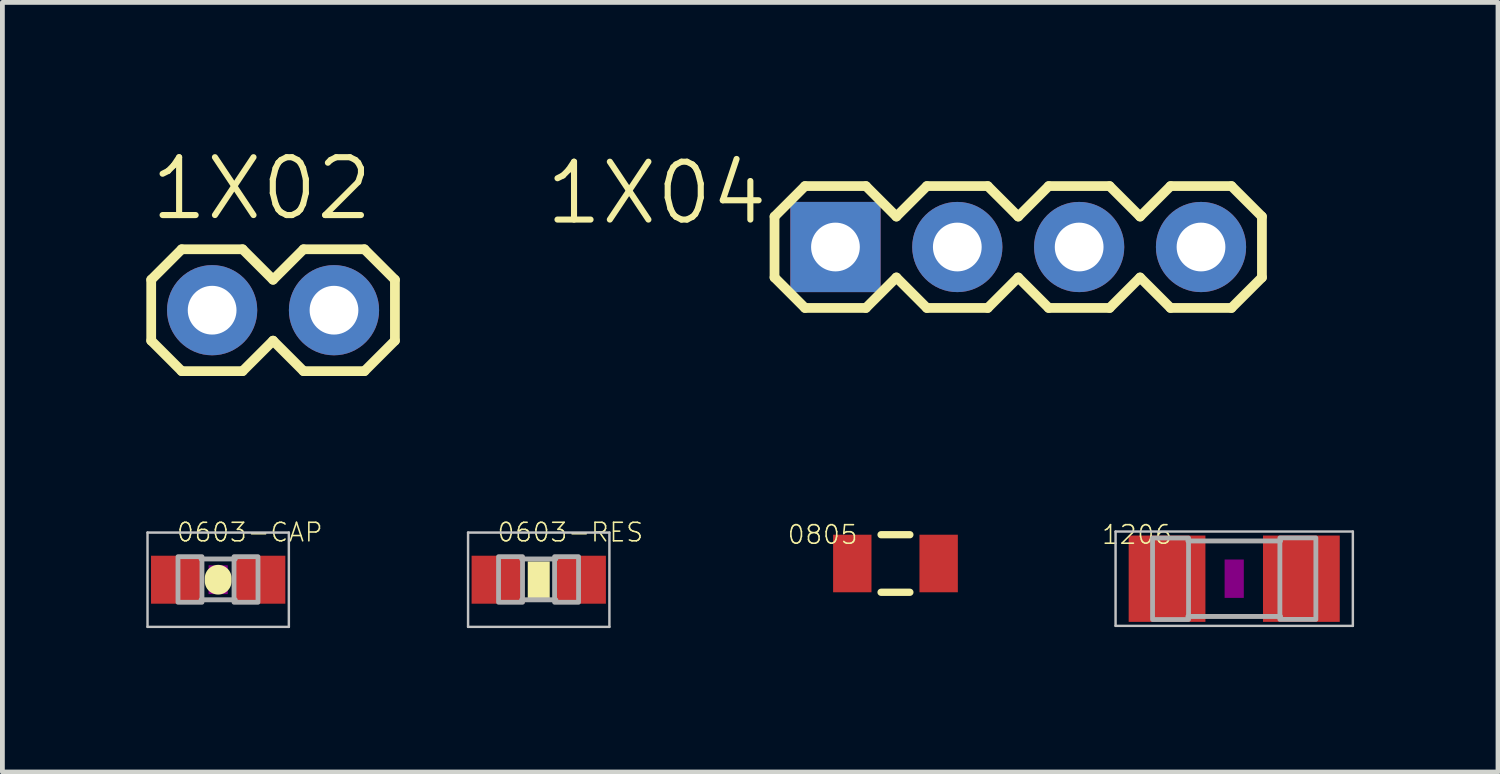
<source format=kicad_pcb>
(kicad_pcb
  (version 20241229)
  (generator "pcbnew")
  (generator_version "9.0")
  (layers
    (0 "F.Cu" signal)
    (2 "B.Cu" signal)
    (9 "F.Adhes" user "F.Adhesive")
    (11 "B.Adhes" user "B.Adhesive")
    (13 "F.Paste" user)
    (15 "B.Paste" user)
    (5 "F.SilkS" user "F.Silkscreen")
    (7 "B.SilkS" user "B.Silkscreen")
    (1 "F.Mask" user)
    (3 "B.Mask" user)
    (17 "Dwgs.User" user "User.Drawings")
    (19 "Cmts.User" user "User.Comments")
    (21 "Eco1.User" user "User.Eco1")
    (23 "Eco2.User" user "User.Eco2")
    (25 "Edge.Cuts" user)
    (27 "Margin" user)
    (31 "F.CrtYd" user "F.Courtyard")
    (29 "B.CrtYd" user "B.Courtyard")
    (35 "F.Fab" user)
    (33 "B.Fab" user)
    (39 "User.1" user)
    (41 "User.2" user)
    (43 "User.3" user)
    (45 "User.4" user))
  (footprint "1206"
    (layer "F.Cu")
    (at 22.677 9.013)
    (property "Reference" "1206" (at -1.27 -1.143 0) (layer "F.SilkS") (effects (font (size 0.386 0.386) (thickness 0.033)) (justify right top)))
    (attr through_hole)
    (fp_poly (pts (xy -0.2 0.4) (xy 0.2 0.4) (xy 0.2 -0.4) (xy -0.2 -0.4)) (stroke (width 0) (type solid)) (fill yes) (layer "F.Adhes"))
    (fp_line (start -2.473 -0.983) (end 2.473 -0.983) (stroke (width 0.051) (type solid)) (layer "Dwgs.User"))
    (fp_line (start -2.473 0.983) (end -2.473 -0.983) (stroke (width 0.051) (type solid)) (layer "Dwgs.User"))
    (fp_line (start 2.473 -0.983) (end 2.473 0.983) (stroke (width 0.051) (type solid)) (layer "Dwgs.User"))
    (fp_line (start 2.473 0.983) (end -2.473 0.983) (stroke (width 0.051) (type solid)) (layer "Dwgs.User"))
    (fp_line (start -0.965 -0.787) (end 0.965 -0.787) (stroke (width 0.102) (type solid)) (layer "F.Fab"))
    (fp_line (start -0.965 0.787) (end 0.965 0.787) (stroke (width 0.102) (type solid)) (layer "F.Fab"))
    (fp_poly (pts (xy -1.702 0.851) (xy -0.952 0.851) (xy -0.952 -0.849) (xy -1.702 -0.849)) (stroke (width 0.1) (type solid)) (fill no) (layer "F.Fab"))
    (fp_poly (pts (xy 0.952 0.849) (xy 1.702 0.849) (xy 1.702 -0.851) (xy 0.952 -0.851)) (stroke (width 0.1) (type solid)) (fill no) (layer "F.Fab"))
    (pad "1" smd rect (at -1.4 0) (size 1.6 1.8) (layers "F.Cu" "F.Mask" "F.Paste"))
    (pad "2" smd rect (at 1.4 0) (size 1.6 1.8) (layers "F.Cu" "F.Mask" "F.Paste")))
  (footprint "1X02"
    (layer "F.Cu")
    (at 1.372 3.416)
    (property "Reference" "1X02" (at -1.346 -1.829 0) (layer "F.SilkS") (effects (font (size 1.206 1.206) (thickness 0.127)) (justify left bottom)))
    (attr through_hole)
    (fp_line (start -1.27 -0.635) (end -1.27 0.635) (stroke (width 0.203) (type solid)) (layer "F.SilkS"))
    (fp_line (start -1.27 0.635) (end -0.635 1.27) (stroke (width 0.203) (type solid)) (layer "F.SilkS"))
    (fp_line (start -0.635 -1.27) (end -1.27 -0.635) (stroke (width 0.203) (type solid)) (layer "F.SilkS"))
    (fp_line (start -0.635 -1.27) (end 0.635 -1.27) (stroke (width 0.203) (type solid)) (layer "F.SilkS"))
    (fp_line (start 0.635 -1.27) (end 1.27 -0.635) (stroke (width 0.203) (type solid)) (layer "F.SilkS"))
    (fp_line (start 0.635 1.27) (end -0.635 1.27) (stroke (width 0.203) (type solid)) (layer "F.SilkS"))
    (fp_line (start 1.27 -0.635) (end 1.905 -1.27) (stroke (width 0.203) (type solid)) (layer "F.SilkS"))
    (fp_line (start 1.27 0.635) (end 0.635 1.27) (stroke (width 0.203) (type solid)) (layer "F.SilkS"))
    (fp_line (start 1.905 -1.27) (end 3.175 -1.27) (stroke (width 0.203) (type solid)) (layer "F.SilkS"))
    (fp_line (start 1.905 1.27) (end 1.27 0.635) (stroke (width 0.203) (type solid)) (layer "F.SilkS"))
    (fp_line (start 3.175 -1.27) (end 3.81 -0.635) (stroke (width 0.203) (type solid)) (layer "F.SilkS"))
    (fp_line (start 3.175 1.27) (end 1.905 1.27) (stroke (width 0.203) (type solid)) (layer "F.SilkS"))
    (fp_line (start 3.81 -0.635) (end 3.81 0.635) (stroke (width 0.203) (type solid)) (layer "F.SilkS"))
    (fp_line (start 3.81 0.635) (end 3.175 1.27) (stroke (width 0.203) (type solid)) (layer "F.SilkS"))
    (fp_poly (pts (xy -0.254 0.254) (xy 0.254 0.254) (xy 0.254 -0.254) (xy -0.254 -0.254)) (stroke (width 0.1) (type solid)) (fill no) (layer "F.Fab"))
    (fp_poly (pts (xy 2.286 0.254) (xy 2.794 0.254) (xy 2.794 -0.254) (xy 2.286 -0.254)) (stroke (width 0.1) (type solid)) (fill no) (layer "F.Fab"))
    (pad "1" thru_hole circle (at 0 0 90) (size 1.88 1.88) (drill 1.016) (layers "*.Cu" "*.Mask"))
    (pad "2" thru_hole circle (at 2.54 0 90) (size 1.88 1.88) (drill 1.016) (layers "*.Cu" "*.Mask")))
  (footprint "1X04"
    (layer "F.Cu")
    (at 14.365 2.099)
    (property "Reference" "1X04" (at -1.346 -1.829 0) (layer "F.SilkS") (effects (font (size 1.206 1.206) (thickness 0.127)) (justify right top)))
    (attr through_hole)
    (fp_line (start -1.27 -0.635) (end -1.27 0.635) (stroke (width 0.203) (type solid)) (layer "F.SilkS"))
    (fp_line (start -1.27 0.635) (end -0.635 1.27) (stroke (width 0.203) (type solid)) (layer "F.SilkS"))
    (fp_line (start -0.635 -1.27) (end -1.27 -0.635) (stroke (width 0.203) (type solid)) (layer "F.SilkS"))
    (fp_line (start -0.635 -1.27) (end 0.635 -1.27) (stroke (width 0.203) (type solid)) (layer "F.SilkS"))
    (fp_line (start 0.635 -1.27) (end 1.27 -0.635) (stroke (width 0.203) (type solid)) (layer "F.SilkS"))
    (fp_line (start 0.635 1.27) (end -0.635 1.27) (stroke (width 0.203) (type solid)) (layer "F.SilkS"))
    (fp_line (start 1.27 -0.635) (end 1.905 -1.27) (stroke (width 0.203) (type solid)) (layer "F.SilkS"))
    (fp_line (start 1.27 0.635) (end 0.635 1.27) (stroke (width 0.203) (type solid)) (layer "F.SilkS"))
    (fp_line (start 1.905 -1.27) (end 3.175 -1.27) (stroke (width 0.203) (type solid)) (layer "F.SilkS"))
    (fp_line (start 1.905 1.27) (end 1.27 0.635) (stroke (width 0.203) (type solid)) (layer "F.SilkS"))
    (fp_line (start 3.175 -1.27) (end 3.81 -0.635) (stroke (width 0.203) (type solid)) (layer "F.SilkS"))
    (fp_line (start 3.175 1.27) (end 1.905 1.27) (stroke (width 0.203) (type solid)) (layer "F.SilkS"))
    (fp_line (start 3.81 -0.635) (end 4.445 -1.27) (stroke (width 0.203) (type solid)) (layer "F.SilkS"))
    (fp_line (start 3.81 0.635) (end 3.175 1.27) (stroke (width 0.203) (type solid)) (layer "F.SilkS"))
    (fp_line (start 4.445 -1.27) (end 5.715 -1.27) (stroke (width 0.203) (type solid)) (layer "F.SilkS"))
    (fp_line (start 4.445 1.27) (end 3.81 0.635) (stroke (width 0.203) (type solid)) (layer "F.SilkS"))
    (fp_line (start 5.715 -1.27) (end 6.35 -0.635) (stroke (width 0.203) (type solid)) (layer "F.SilkS"))
    (fp_line (start 5.715 1.27) (end 4.445 1.27) (stroke (width 0.203) (type solid)) (layer "F.SilkS"))
    (fp_line (start 6.35 0.635) (end 5.715 1.27) (stroke (width 0.203) (type solid)) (layer "F.SilkS"))
    (fp_line (start 6.35 0.635) (end 6.985 1.27) (stroke (width 0.203) (type solid)) (layer "F.SilkS"))
    (fp_line (start 6.985 -1.27) (end 6.35 -0.635) (stroke (width 0.203) (type solid)) (layer "F.SilkS"))
    (fp_line (start 6.985 -1.27) (end 8.255 -1.27) (stroke (width 0.203) (type solid)) (layer "F.SilkS"))
    (fp_line (start 8.255 -1.27) (end 8.89 -0.635) (stroke (width 0.203) (type solid)) (layer "F.SilkS"))
    (fp_line (start 8.255 1.27) (end 6.985 1.27) (stroke (width 0.203) (type solid)) (layer "F.SilkS"))
    (fp_line (start 8.89 -0.635) (end 8.89 0.635) (stroke (width 0.203) (type solid)) (layer "F.SilkS"))
    (fp_line (start 8.89 0.635) (end 8.255 1.27) (stroke (width 0.203) (type solid)) (layer "F.SilkS"))
    (fp_poly (pts (xy -0.254 0.254) (xy 0.254 0.254) (xy 0.254 -0.254) (xy -0.254 -0.254)) (stroke (width 0.1) (type solid)) (fill no) (layer "F.Fab"))
    (fp_poly (pts (xy 2.286 0.254) (xy 2.794 0.254) (xy 2.794 -0.254) (xy 2.286 -0.254)) (stroke (width 0.1) (type solid)) (fill no) (layer "F.Fab"))
    (fp_poly (pts (xy 4.826 0.254) (xy 5.334 0.254) (xy 5.334 -0.254) (xy 4.826 -0.254)) (stroke (width 0.1) (type solid)) (fill no) (layer "F.Fab"))
    (fp_poly (pts (xy 7.366 0.254) (xy 7.874 0.254) (xy 7.874 -0.254) (xy 7.366 -0.254)) (stroke (width 0.1) (type solid)) (fill no) (layer "F.Fab"))
    (pad "1" thru_hole rect (at 0 0 90) (size 1.88 1.88) (drill 1.016) (layers "*.Cu" "*.Mask"))
    (pad "2" thru_hole circle (at 2.54 0 90) (size 1.88 1.88) (drill 1.016) (layers "*.Cu" "*.Mask"))
    (pad "3" thru_hole circle (at 5.08 0 90) (size 1.88 1.88) (drill 1.016) (layers "*.Cu" "*.Mask"))
    (pad "4" thru_hole circle (at 7.62 0 90) (size 1.88 1.88) (drill 1.016) (layers "*.Cu" "*.Mask")))
  (footprint "0603-RES"
    (layer "F.Cu")
    (at 8.18 9.034)
    (property "Reference" "0603-RES" (at -0.889 -0.762 0) (layer "F.SilkS") (effects (font (size 0.386 0.386) (thickness 0.033)) (justify left bottom)))
    (attr through_hole)
    (fp_poly (pts (xy -0.229 0.381) (xy 0.229 0.381) (xy 0.229 -0.381) (xy -0.229 -0.381)) (stroke (width 0) (type solid)) (fill yes) (layer "F.SilkS"))
    (fp_poly (pts (xy -0.2 0.3) (xy 0.2 0.3) (xy 0.2 -0.3) (xy -0.2 -0.3)) (stroke (width 0) (type solid)) (fill yes) (layer "F.Adhes"))
    (fp_line (start -1.473 -0.983) (end 1.473 -0.983) (stroke (width 0.051) (type solid)) (layer "Dwgs.User"))
    (fp_line (start -1.473 0.983) (end -1.473 -0.983) (stroke (width 0.051) (type solid)) (layer "Dwgs.User"))
    (fp_line (start 1.473 -0.983) (end 1.473 0.983) (stroke (width 0.051) (type solid)) (layer "Dwgs.User"))
    (fp_line (start 1.473 0.983) (end -1.473 0.983) (stroke (width 0.051) (type solid)) (layer "Dwgs.User"))
    (fp_line (start -0.356 -0.432) (end 0.356 -0.432) (stroke (width 0.102) (type solid)) (layer "F.Fab"))
    (fp_line (start -0.356 0.419) (end 0.356 0.419) (stroke (width 0.102) (type solid)) (layer "F.Fab"))
    (fp_poly (pts (xy -0.838 0.47) (xy -0.338 0.47) (xy -0.338 -0.48) (xy -0.838 -0.48)) (stroke (width 0.1) (type solid)) (fill no) (layer "F.Fab"))
    (fp_poly (pts (xy 0.33 0.47) (xy 0.83 0.47) (xy 0.83 -0.48) (xy 0.33 -0.48)) (stroke (width 0.1) (type solid)) (fill no) (layer "F.Fab"))
    (pad "1" smd rect (at -0.85 0) (size 1.1 1) (layers "F.Cu" "F.Mask" "F.Paste"))
    (pad "2" smd rect (at 0.85 0) (size 1.1 1) (layers "F.Cu" "F.Mask" "F.Paste")))
  (footprint "0805"
    (layer "F.Cu")
    (at 15.616 8.696)
    (property "Reference" "0805" (at -0.762 -0.826 0) (layer "F.SilkS") (effects (font (size 0.386 0.386) (thickness 0.033)) (justify right top)))
    (attr through_hole)
    (fp_line (start -0.3 -0.6) (end 0.3 -0.6) (stroke (width 0.152) (type solid)) (layer "F.SilkS"))
    (fp_line (start -0.3 0.6) (end 0.3 0.6) (stroke (width 0.152) (type solid)) (layer "F.SilkS"))
    (pad "1" smd rect (at -0.9 0) (size 0.8 1.2) (layers "F.Cu" "F.Mask" "F.Paste"))
    (pad "2" smd rect (at 0.9 0) (size 0.8 1.2) (layers "F.Cu" "F.Mask" "F.Paste")))
  (footprint "0603-CAP"
    (layer "F.Cu")
    (at 1.498 9.034)
    (property "Reference" "0603-CAP" (at -0.889 -0.762 0) (layer "F.SilkS") (effects (font (size 0.386 0.386) (thickness 0.033)) (justify left bottom)))
    (attr through_hole)
    (fp_line (start 0 -0.03) (end 0 0.03) (stroke (width 0.559) (type solid)) (layer "F.SilkS"))
    (fp_poly (pts (xy -0.2 0.3) (xy 0.2 0.3) (xy 0.2 -0.3) (xy -0.2 -0.3)) (stroke (width 0) (type solid)) (fill yes) (layer "F.Adhes"))
    (fp_line (start -1.473 -0.983) (end 1.473 -0.983) (stroke (width 0.051) (type solid)) (layer "Dwgs.User"))
    (fp_line (start -1.473 0.983) (end -1.473 -0.983) (stroke (width 0.051) (type solid)) (layer "Dwgs.User"))
    (fp_line (start 1.473 -0.983) (end 1.473 0.983) (stroke (width 0.051) (type solid)) (layer "Dwgs.User"))
    (fp_line (start 1.473 0.983) (end -1.473 0.983) (stroke (width 0.051) (type solid)) (layer "Dwgs.User"))
    (fp_line (start -0.356 -0.432) (end 0.356 -0.432) (stroke (width 0.102) (type solid)) (layer "F.Fab"))
    (fp_line (start -0.356 0.419) (end 0.356 0.419) (stroke (width 0.102) (type solid)) (layer "F.Fab"))
    (fp_poly (pts (xy -0.838 0.47) (xy -0.338 0.47) (xy -0.338 -0.48) (xy -0.838 -0.48)) (stroke (width 0.1) (type solid)) (fill no) (layer "F.Fab"))
    (fp_poly (pts (xy 0.33 0.47) (xy 0.83 0.47) (xy 0.83 -0.48) (xy 0.33 -0.48)) (stroke (width 0.1) (type solid)) (fill no) (layer "F.Fab"))
    (pad "1" smd rect (at -0.85 0) (size 1.1 1) (layers "F.Cu" "F.Mask" "F.Paste"))
    (pad "2" smd rect (at 0.85 0) (size 1.1 1) (layers "F.Cu" "F.Mask" "F.Paste")))
  (gr_rect
    (start -3 -3)
    (end 28.176 13.042)
    (stroke (width 0.1) (type default))
    (fill no)
    (layer "Edge.Cuts")))
</source>
